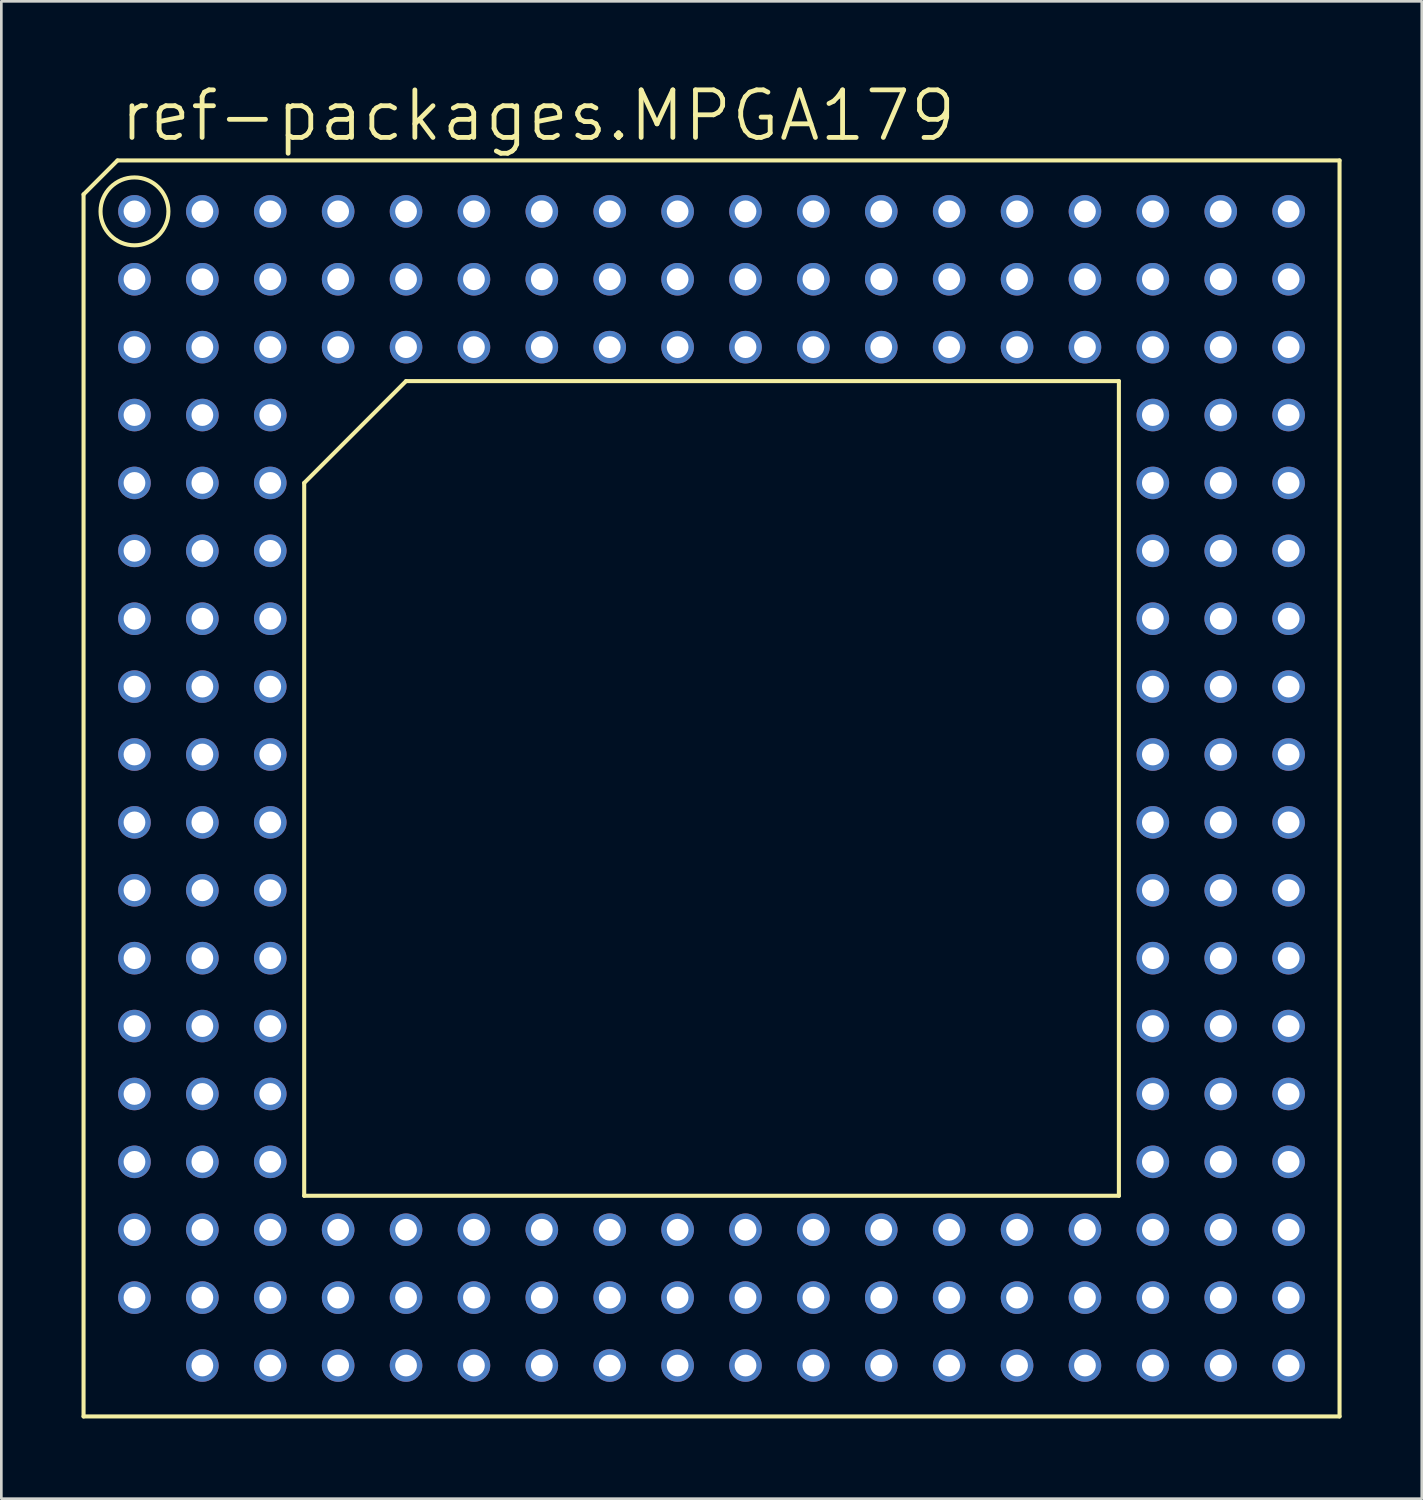
<source format=kicad_pcb>
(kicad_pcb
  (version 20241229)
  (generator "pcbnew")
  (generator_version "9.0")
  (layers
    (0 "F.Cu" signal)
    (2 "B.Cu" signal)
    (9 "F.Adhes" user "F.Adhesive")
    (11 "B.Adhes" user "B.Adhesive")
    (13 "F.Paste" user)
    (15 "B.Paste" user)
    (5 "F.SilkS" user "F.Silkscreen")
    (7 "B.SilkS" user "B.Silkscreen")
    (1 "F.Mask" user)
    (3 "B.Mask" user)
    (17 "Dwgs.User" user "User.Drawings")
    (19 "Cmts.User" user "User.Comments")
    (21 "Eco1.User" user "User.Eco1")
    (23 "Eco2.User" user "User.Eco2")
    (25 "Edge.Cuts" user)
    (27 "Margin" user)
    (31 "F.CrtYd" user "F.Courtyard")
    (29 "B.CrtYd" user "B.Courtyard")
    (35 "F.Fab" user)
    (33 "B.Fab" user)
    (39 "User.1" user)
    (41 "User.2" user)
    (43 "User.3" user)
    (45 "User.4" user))
  (footprint "ref-packages.MPGA179"
    (layer "F.Cu")
    (at 23.571 26.448)
    (property "Reference" "ref-packages.MPGA179" (at -22.225 -24.13 0) (layer "F.SilkS") (effects (font (size 1.778 1.778) (thickness 0.18)) (justify left bottom)))
    (attr through_hole)
    (fp_line (start -23.495 -22.225) (end -22.225 -23.495) (stroke (width 0.152) (type default)) (layer "F.SilkS"))
    (fp_line (start -23.495 23.495) (end -23.495 -22.225) (stroke (width 0.152) (type default)) (layer "F.SilkS"))
    (fp_line (start -22.225 -23.495) (end 23.495 -23.495) (stroke (width 0.152) (type default)) (layer "F.SilkS"))
    (fp_line (start -15.24 -11.43) (end -15.24 15.24) (stroke (width 0.152) (type default)) (layer "F.SilkS"))
    (fp_line (start -11.43 -15.24) (end -15.24 -11.43) (stroke (width 0.152) (type default)) (layer "F.SilkS"))
    (fp_line (start -11.43 -15.24) (end 15.24 -15.24) (stroke (width 0.152) (type default)) (layer "F.SilkS"))
    (fp_line (start 15.24 15.24) (end -15.24 15.24) (stroke (width 0.152) (type default)) (layer "F.SilkS"))
    (fp_line (start 15.24 15.24) (end 15.24 -15.24) (stroke (width 0.152) (type default)) (layer "F.SilkS"))
    (fp_line (start 23.495 -23.495) (end 23.495 23.495) (stroke (width 0.152) (type default)) (layer "F.SilkS"))
    (fp_line (start 23.495 23.495) (end -23.495 23.495) (stroke (width 0.152) (type default)) (layer "F.SilkS"))
    (fp_circle (center -21.59 -21.59) (end -20.32 -21.59) (stroke (width 0.152) (type default)) (fill no) (layer "F.SilkS"))
    (pad "A01" thru_hole circle (at -21.59 -21.59) (size 1.219 1.219) (drill 0.813) (layers "*.Cu" "*.Mask"))
    (pad "A02" thru_hole circle (at -19.05 -21.59) (size 1.219 1.219) (drill 0.813) (layers "*.Cu" "*.Mask"))
    (pad "A03" thru_hole circle (at -16.51 -21.59) (size 1.219 1.219) (drill 0.813) (layers "*.Cu" "*.Mask"))
    (pad "A04" thru_hole circle (at -13.97 -21.59) (size 1.219 1.219) (drill 0.813) (layers "*.Cu" "*.Mask"))
    (pad "A05" thru_hole circle (at -11.43 -21.59) (size 1.219 1.219) (drill 0.813) (layers "*.Cu" "*.Mask"))
    (pad "A06" thru_hole circle (at -8.89 -21.59) (size 1.219 1.219) (drill 0.813) (layers "*.Cu" "*.Mask"))
    (pad "A07" thru_hole circle (at -6.35 -21.59) (size 1.219 1.219) (drill 0.813) (layers "*.Cu" "*.Mask"))
    (pad "A08" thru_hole circle (at -3.81 -21.59) (size 1.219 1.219) (drill 0.813) (layers "*.Cu" "*.Mask"))
    (pad "A09" thru_hole circle (at -1.27 -21.59) (size 1.219 1.219) (drill 0.813) (layers "*.Cu" "*.Mask"))
    (pad "A10" thru_hole circle (at 1.27 -21.59) (size 1.219 1.219) (drill 0.813) (layers "*.Cu" "*.Mask"))
    (pad "A11" thru_hole circle (at 3.81 -21.59) (size 1.219 1.219) (drill 0.813) (layers "*.Cu" "*.Mask"))
    (pad "A12" thru_hole circle (at 6.35 -21.59) (size 1.219 1.219) (drill 0.813) (layers "*.Cu" "*.Mask"))
    (pad "A13" thru_hole circle (at 8.89 -21.59) (size 1.219 1.219) (drill 0.813) (layers "*.Cu" "*.Mask"))
    (pad "A14" thru_hole circle (at 11.43 -21.59) (size 1.219 1.219) (drill 0.813) (layers "*.Cu" "*.Mask"))
    (pad "A15" thru_hole circle (at 13.97 -21.59) (size 1.219 1.219) (drill 0.813) (layers "*.Cu" "*.Mask"))
    (pad "A16" thru_hole circle (at 16.51 -21.59) (size 1.219 1.219) (drill 0.813) (layers "*.Cu" "*.Mask"))
    (pad "A17" thru_hole circle (at 19.05 -21.59) (size 1.219 1.219) (drill 0.813) (layers "*.Cu" "*.Mask"))
    (pad "A18" thru_hole circle (at 21.59 -21.59) (size 1.219 1.219) (drill 0.813) (layers "*.Cu" "*.Mask"))
    (pad "B01" thru_hole circle (at -21.59 -19.05) (size 1.219 1.219) (drill 0.813) (layers "*.Cu" "*.Mask"))
    (pad "B02" thru_hole circle (at -19.05 -19.05) (size 1.219 1.219) (drill 0.813) (layers "*.Cu" "*.Mask"))
    (pad "B03" thru_hole circle (at -16.51 -19.05) (size 1.219 1.219) (drill 0.813) (layers "*.Cu" "*.Mask"))
    (pad "B04" thru_hole circle (at -13.97 -19.05) (size 1.219 1.219) (drill 0.813) (layers "*.Cu" "*.Mask"))
    (pad "B05" thru_hole circle (at -11.43 -19.05) (size 1.219 1.219) (drill 0.813) (layers "*.Cu" "*.Mask"))
    (pad "B06" thru_hole circle (at -8.89 -19.05) (size 1.219 1.219) (drill 0.813) (layers "*.Cu" "*.Mask"))
    (pad "B07" thru_hole circle (at -6.35 -19.05) (size 1.219 1.219) (drill 0.813) (layers "*.Cu" "*.Mask"))
    (pad "B08" thru_hole circle (at -3.81 -19.05) (size 1.219 1.219) (drill 0.813) (layers "*.Cu" "*.Mask"))
    (pad "B09" thru_hole circle (at -1.27 -19.05) (size 1.219 1.219) (drill 0.813) (layers "*.Cu" "*.Mask"))
    (pad "B10" thru_hole circle (at 1.27 -19.05) (size 1.219 1.219) (drill 0.813) (layers "*.Cu" "*.Mask"))
    (pad "B11" thru_hole circle (at 3.81 -19.05) (size 1.219 1.219) (drill 0.813) (layers "*.Cu" "*.Mask"))
    (pad "B12" thru_hole circle (at 6.35 -19.05) (size 1.219 1.219) (drill 0.813) (layers "*.Cu" "*.Mask"))
    (pad "B13" thru_hole circle (at 8.89 -19.05) (size 1.219 1.219) (drill 0.813) (layers "*.Cu" "*.Mask"))
    (pad "B14" thru_hole circle (at 11.43 -19.05) (size 1.219 1.219) (drill 0.813) (layers "*.Cu" "*.Mask"))
    (pad "B15" thru_hole circle (at 13.97 -19.05) (size 1.219 1.219) (drill 0.813) (layers "*.Cu" "*.Mask"))
    (pad "B16" thru_hole circle (at 16.51 -19.05) (size 1.219 1.219) (drill 0.813) (layers "*.Cu" "*.Mask"))
    (pad "B17" thru_hole circle (at 19.05 -19.05) (size 1.219 1.219) (drill 0.813) (layers "*.Cu" "*.Mask"))
    (pad "B18" thru_hole circle (at 21.59 -19.05) (size 1.219 1.219) (drill 0.813) (layers "*.Cu" "*.Mask"))
    (pad "C01" thru_hole circle (at -21.59 -16.51) (size 1.219 1.219) (drill 0.813) (layers "*.Cu" "*.Mask"))
    (pad "C02" thru_hole circle (at -19.05 -16.51) (size 1.219 1.219) (drill 0.813) (layers "*.Cu" "*.Mask"))
    (pad "C03" thru_hole circle (at -16.51 -16.51) (size 1.219 1.219) (drill 0.813) (layers "*.Cu" "*.Mask"))
    (pad "C04" thru_hole circle (at -13.97 -16.51) (size 1.219 1.219) (drill 0.813) (layers "*.Cu" "*.Mask"))
    (pad "C05" thru_hole circle (at -11.43 -16.51) (size 1.219 1.219) (drill 0.813) (layers "*.Cu" "*.Mask"))
    (pad "C06" thru_hole circle (at -8.89 -16.51) (size 1.219 1.219) (drill 0.813) (layers "*.Cu" "*.Mask"))
    (pad "C07" thru_hole circle (at -6.35 -16.51) (size 1.219 1.219) (drill 0.813) (layers "*.Cu" "*.Mask"))
    (pad "C08" thru_hole circle (at -3.81 -16.51) (size 1.219 1.219) (drill 0.813) (layers "*.Cu" "*.Mask"))
    (pad "C09" thru_hole circle (at -1.27 -16.51) (size 1.219 1.219) (drill 0.813) (layers "*.Cu" "*.Mask"))
    (pad "C10" thru_hole circle (at 1.27 -16.51) (size 1.219 1.219) (drill 0.813) (layers "*.Cu" "*.Mask"))
    (pad "C11" thru_hole circle (at 3.81 -16.51) (size 1.219 1.219) (drill 0.813) (layers "*.Cu" "*.Mask"))
    (pad "C12" thru_hole circle (at 6.35 -16.51) (size 1.219 1.219) (drill 0.813) (layers "*.Cu" "*.Mask"))
    (pad "C13" thru_hole circle (at 8.89 -16.51) (size 1.219 1.219) (drill 0.813) (layers "*.Cu" "*.Mask"))
    (pad "C14" thru_hole circle (at 11.43 -16.51) (size 1.219 1.219) (drill 0.813) (layers "*.Cu" "*.Mask"))
    (pad "C15" thru_hole circle (at 13.97 -16.51) (size 1.219 1.219) (drill 0.813) (layers "*.Cu" "*.Mask"))
    (pad "C16" thru_hole circle (at 16.51 -16.51) (size 1.219 1.219) (drill 0.813) (layers "*.Cu" "*.Mask"))
    (pad "C17" thru_hole circle (at 19.05 -16.51) (size 1.219 1.219) (drill 0.813) (layers "*.Cu" "*.Mask"))
    (pad "C18" thru_hole circle (at 21.59 -16.51) (size 1.219 1.219) (drill 0.813) (layers "*.Cu" "*.Mask"))
    (pad "D01" thru_hole circle (at -21.59 -13.97) (size 1.219 1.219) (drill 0.813) (layers "*.Cu" "*.Mask"))
    (pad "D02" thru_hole circle (at -19.05 -13.97) (size 1.219 1.219) (drill 0.813) (layers "*.Cu" "*.Mask"))
    (pad "D03" thru_hole circle (at -16.51 -13.97) (size 1.219 1.219) (drill 0.813) (layers "*.Cu" "*.Mask"))
    (pad "D16" thru_hole circle (at 16.51 -13.97) (size 1.219 1.219) (drill 0.813) (layers "*.Cu" "*.Mask"))
    (pad "D17" thru_hole circle (at 19.05 -13.97) (size 1.219 1.219) (drill 0.813) (layers "*.Cu" "*.Mask"))
    (pad "D18" thru_hole circle (at 21.59 -13.97) (size 1.219 1.219) (drill 0.813) (layers "*.Cu" "*.Mask"))
    (pad "E01" thru_hole circle (at -21.59 -11.43) (size 1.219 1.219) (drill 0.813) (layers "*.Cu" "*.Mask"))
    (pad "E02" thru_hole circle (at -19.05 -11.43) (size 1.219 1.219) (drill 0.813) (layers "*.Cu" "*.Mask"))
    (pad "E03" thru_hole circle (at -16.51 -11.43) (size 1.219 1.219) (drill 0.813) (layers "*.Cu" "*.Mask"))
    (pad "E16" thru_hole circle (at 16.51 -11.43) (size 1.219 1.219) (drill 0.813) (layers "*.Cu" "*.Mask"))
    (pad "E17" thru_hole circle (at 19.05 -11.43) (size 1.219 1.219) (drill 0.813) (layers "*.Cu" "*.Mask"))
    (pad "E18" thru_hole circle (at 21.59 -11.43) (size 1.219 1.219) (drill 0.813) (layers "*.Cu" "*.Mask"))
    (pad "F01" thru_hole circle (at -21.59 -8.89) (size 1.219 1.219) (drill 0.813) (layers "*.Cu" "*.Mask"))
    (pad "F02" thru_hole circle (at -19.05 -8.89) (size 1.219 1.219) (drill 0.813) (layers "*.Cu" "*.Mask"))
    (pad "F03" thru_hole circle (at -16.51 -8.89) (size 1.219 1.219) (drill 0.813) (layers "*.Cu" "*.Mask"))
    (pad "F16" thru_hole circle (at 16.51 -8.89) (size 1.219 1.219) (drill 0.813) (layers "*.Cu" "*.Mask"))
    (pad "F17" thru_hole circle (at 19.05 -8.89) (size 1.219 1.219) (drill 0.813) (layers "*.Cu" "*.Mask"))
    (pad "F18" thru_hole circle (at 21.59 -8.89) (size 1.219 1.219) (drill 0.813) (layers "*.Cu" "*.Mask"))
    (pad "G01" thru_hole circle (at -21.59 -6.35) (size 1.219 1.219) (drill 0.813) (layers "*.Cu" "*.Mask"))
    (pad "G02" thru_hole circle (at -19.05 -6.35) (size 1.219 1.219) (drill 0.813) (layers "*.Cu" "*.Mask"))
    (pad "G03" thru_hole circle (at -16.51 -6.35) (size 1.219 1.219) (drill 0.813) (layers "*.Cu" "*.Mask"))
    (pad "G16" thru_hole circle (at 16.51 -6.35) (size 1.219 1.219) (drill 0.813) (layers "*.Cu" "*.Mask"))
    (pad "G17" thru_hole circle (at 19.05 -6.35) (size 1.219 1.219) (drill 0.813) (layers "*.Cu" "*.Mask"))
    (pad "G18" thru_hole circle (at 21.59 -6.35) (size 1.219 1.219) (drill 0.813) (layers "*.Cu" "*.Mask"))
    (pad "H01" thru_hole circle (at -21.59 -3.81) (size 1.219 1.219) (drill 0.813) (layers "*.Cu" "*.Mask"))
    (pad "H02" thru_hole circle (at -19.05 -3.81) (size 1.219 1.219) (drill 0.813) (layers "*.Cu" "*.Mask"))
    (pad "H03" thru_hole circle (at -16.51 -3.81) (size 1.219 1.219) (drill 0.813) (layers "*.Cu" "*.Mask"))
    (pad "H16" thru_hole circle (at 16.51 -3.81) (size 1.219 1.219) (drill 0.813) (layers "*.Cu" "*.Mask"))
    (pad "H17" thru_hole circle (at 19.05 -3.81) (size 1.219 1.219) (drill 0.813) (layers "*.Cu" "*.Mask"))
    (pad "H18" thru_hole circle (at 21.59 -3.81) (size 1.219 1.219) (drill 0.813) (layers "*.Cu" "*.Mask"))
    (pad "J01" thru_hole circle (at -21.59 -1.27) (size 1.219 1.219) (drill 0.813) (layers "*.Cu" "*.Mask"))
    (pad "J02" thru_hole circle (at -19.05 -1.27) (size 1.219 1.219) (drill 0.813) (layers "*.Cu" "*.Mask"))
    (pad "J03" thru_hole circle (at -16.51 -1.27) (size 1.219 1.219) (drill 0.813) (layers "*.Cu" "*.Mask"))
    (pad "J16" thru_hole circle (at 16.51 -1.27) (size 1.219 1.219) (drill 0.813) (layers "*.Cu" "*.Mask"))
    (pad "J17" thru_hole circle (at 19.05 -1.27) (size 1.219 1.219) (drill 0.813) (layers "*.Cu" "*.Mask"))
    (pad "J18" thru_hole circle (at 21.59 -1.27) (size 1.219 1.219) (drill 0.813) (layers "*.Cu" "*.Mask"))
    (pad "K01" thru_hole circle (at -21.59 1.27) (size 1.219 1.219) (drill 0.813) (layers "*.Cu" "*.Mask"))
    (pad "K02" thru_hole circle (at -19.05 1.27) (size 1.219 1.219) (drill 0.813) (layers "*.Cu" "*.Mask"))
    (pad "K03" thru_hole circle (at -16.51 1.27) (size 1.219 1.219) (drill 0.813) (layers "*.Cu" "*.Mask"))
    (pad "K16" thru_hole circle (at 16.51 1.27) (size 1.219 1.219) (drill 0.813) (layers "*.Cu" "*.Mask"))
    (pad "K17" thru_hole circle (at 19.05 1.27) (size 1.219 1.219) (drill 0.813) (layers "*.Cu" "*.Mask"))
    (pad "K18" thru_hole circle (at 21.59 1.27) (size 1.219 1.219) (drill 0.813) (layers "*.Cu" "*.Mask"))
    (pad "L01" thru_hole circle (at -21.59 3.81) (size 1.219 1.219) (drill 0.813) (layers "*.Cu" "*.Mask"))
    (pad "L02" thru_hole circle (at -19.05 3.81) (size 1.219 1.219) (drill 0.813) (layers "*.Cu" "*.Mask"))
    (pad "L03" thru_hole circle (at -16.51 3.81) (size 1.219 1.219) (drill 0.813) (layers "*.Cu" "*.Mask"))
    (pad "L16" thru_hole circle (at 16.51 3.81) (size 1.219 1.219) (drill 0.813) (layers "*.Cu" "*.Mask"))
    (pad "L17" thru_hole circle (at 19.05 3.81) (size 1.219 1.219) (drill 0.813) (layers "*.Cu" "*.Mask"))
    (pad "L18" thru_hole circle (at 21.59 3.81) (size 1.219 1.219) (drill 0.813) (layers "*.Cu" "*.Mask"))
    (pad "M01" thru_hole circle (at -21.59 6.35) (size 1.219 1.219) (drill 0.813) (layers "*.Cu" "*.Mask"))
    (pad "M02" thru_hole circle (at -19.05 6.35) (size 1.219 1.219) (drill 0.813) (layers "*.Cu" "*.Mask"))
    (pad "M03" thru_hole circle (at -16.51 6.35) (size 1.219 1.219) (drill 0.813) (layers "*.Cu" "*.Mask"))
    (pad "M16" thru_hole circle (at 16.51 6.35) (size 1.219 1.219) (drill 0.813) (layers "*.Cu" "*.Mask"))
    (pad "M17" thru_hole circle (at 19.05 6.35) (size 1.219 1.219) (drill 0.813) (layers "*.Cu" "*.Mask"))
    (pad "M18" thru_hole circle (at 21.59 6.35) (size 1.219 1.219) (drill 0.813) (layers "*.Cu" "*.Mask"))
    (pad "N01" thru_hole circle (at -21.59 8.89) (size 1.219 1.219) (drill 0.813) (layers "*.Cu" "*.Mask"))
    (pad "N02" thru_hole circle (at -19.05 8.89) (size 1.219 1.219) (drill 0.813) (layers "*.Cu" "*.Mask"))
    (pad "N03" thru_hole circle (at -16.51 8.89) (size 1.219 1.219) (drill 0.813) (layers "*.Cu" "*.Mask"))
    (pad "N16" thru_hole circle (at 16.51 8.89) (size 1.219 1.219) (drill 0.813) (layers "*.Cu" "*.Mask"))
    (pad "N17" thru_hole circle (at 19.05 8.89) (size 1.219 1.219) (drill 0.813) (layers "*.Cu" "*.Mask"))
    (pad "N18" thru_hole circle (at 21.59 8.89) (size 1.219 1.219) (drill 0.813) (layers "*.Cu" "*.Mask"))
    (pad "P01" thru_hole circle (at -21.59 11.43) (size 1.219 1.219) (drill 0.813) (layers "*.Cu" "*.Mask"))
    (pad "P02" thru_hole circle (at -19.05 11.43) (size 1.219 1.219) (drill 0.813) (layers "*.Cu" "*.Mask"))
    (pad "P03" thru_hole circle (at -16.51 11.43) (size 1.219 1.219) (drill 0.813) (layers "*.Cu" "*.Mask"))
    (pad "P16" thru_hole circle (at 16.51 11.43) (size 1.219 1.219) (drill 0.813) (layers "*.Cu" "*.Mask"))
    (pad "P17" thru_hole circle (at 19.05 11.43) (size 1.219 1.219) (drill 0.813) (layers "*.Cu" "*.Mask"))
    (pad "P18" thru_hole circle (at 21.59 11.43) (size 1.219 1.219) (drill 0.813) (layers "*.Cu" "*.Mask"))
    (pad "Q01" thru_hole circle (at -21.59 13.97) (size 1.219 1.219) (drill 0.813) (layers "*.Cu" "*.Mask"))
    (pad "Q02" thru_hole circle (at -19.05 13.97) (size 1.219 1.219) (drill 0.813) (layers "*.Cu" "*.Mask"))
    (pad "Q03" thru_hole circle (at -16.51 13.97) (size 1.219 1.219) (drill 0.813) (layers "*.Cu" "*.Mask"))
    (pad "Q16" thru_hole circle (at 16.51 13.97) (size 1.219 1.219) (drill 0.813) (layers "*.Cu" "*.Mask"))
    (pad "Q17" thru_hole circle (at 19.05 13.97) (size 1.219 1.219) (drill 0.813) (layers "*.Cu" "*.Mask"))
    (pad "Q18" thru_hole circle (at 21.59 13.97) (size 1.219 1.219) (drill 0.813) (layers "*.Cu" "*.Mask"))
    (pad "R01" thru_hole circle (at -21.59 16.51) (size 1.219 1.219) (drill 0.813) (layers "*.Cu" "*.Mask"))
    (pad "R02" thru_hole circle (at -19.05 16.51) (size 1.219 1.219) (drill 0.813) (layers "*.Cu" "*.Mask"))
    (pad "R03" thru_hole circle (at -16.51 16.51) (size 1.219 1.219) (drill 0.813) (layers "*.Cu" "*.Mask"))
    (pad "R04" thru_hole circle (at -13.97 16.51) (size 1.219 1.219) (drill 0.813) (layers "*.Cu" "*.Mask"))
    (pad "R05" thru_hole circle (at -11.43 16.51) (size 1.219 1.219) (drill 0.813) (layers "*.Cu" "*.Mask"))
    (pad "R06" thru_hole circle (at -8.89 16.51) (size 1.219 1.219) (drill 0.813) (layers "*.Cu" "*.Mask"))
    (pad "R07" thru_hole circle (at -6.35 16.51) (size 1.219 1.219) (drill 0.813) (layers "*.Cu" "*.Mask"))
    (pad "R08" thru_hole circle (at -3.81 16.51) (size 1.219 1.219) (drill 0.813) (layers "*.Cu" "*.Mask"))
    (pad "R09" thru_hole circle (at -1.27 16.51) (size 1.219 1.219) (drill 0.813) (layers "*.Cu" "*.Mask"))
    (pad "R10" thru_hole circle (at 1.27 16.51) (size 1.219 1.219) (drill 0.813) (layers "*.Cu" "*.Mask"))
    (pad "R11" thru_hole circle (at 3.81 16.51) (size 1.219 1.219) (drill 0.813) (layers "*.Cu" "*.Mask"))
    (pad "R12" thru_hole circle (at 6.35 16.51) (size 1.219 1.219) (drill 0.813) (layers "*.Cu" "*.Mask"))
    (pad "R13" thru_hole circle (at 8.89 16.51) (size 1.219 1.219) (drill 0.813) (layers "*.Cu" "*.Mask"))
    (pad "R14" thru_hole circle (at 11.43 16.51) (size 1.219 1.219) (drill 0.813) (layers "*.Cu" "*.Mask"))
    (pad "R15" thru_hole circle (at 13.97 16.51) (size 1.219 1.219) (drill 0.813) (layers "*.Cu" "*.Mask"))
    (pad "R16" thru_hole circle (at 16.51 16.51) (size 1.219 1.219) (drill 0.813) (layers "*.Cu" "*.Mask"))
    (pad "R17" thru_hole circle (at 19.05 16.51) (size 1.219 1.219) (drill 0.813) (layers "*.Cu" "*.Mask"))
    (pad "R18" thru_hole circle (at 21.59 16.51) (size 1.219 1.219) (drill 0.813) (layers "*.Cu" "*.Mask"))
    (pad "S01" thru_hole circle (at -21.59 19.05) (size 1.219 1.219) (drill 0.813) (layers "*.Cu" "*.Mask"))
    (pad "S02" thru_hole circle (at -19.05 19.05) (size 1.219 1.219) (drill 0.813) (layers "*.Cu" "*.Mask"))
    (pad "S03" thru_hole circle (at -16.51 19.05) (size 1.219 1.219) (drill 0.813) (layers "*.Cu" "*.Mask"))
    (pad "S04" thru_hole circle (at -13.97 19.05) (size 1.219 1.219) (drill 0.813) (layers "*.Cu" "*.Mask"))
    (pad "S05" thru_hole circle (at -11.43 19.05) (size 1.219 1.219) (drill 0.813) (layers "*.Cu" "*.Mask"))
    (pad "S06" thru_hole circle (at -8.89 19.05) (size 1.219 1.219) (drill 0.813) (layers "*.Cu" "*.Mask"))
    (pad "S07" thru_hole circle (at -6.35 19.05) (size 1.219 1.219) (drill 0.813) (layers "*.Cu" "*.Mask"))
    (pad "S08" thru_hole circle (at -3.81 19.05) (size 1.219 1.219) (drill 0.813) (layers "*.Cu" "*.Mask"))
    (pad "S09" thru_hole circle (at -1.27 19.05) (size 1.219 1.219) (drill 0.813) (layers "*.Cu" "*.Mask"))
    (pad "S10" thru_hole circle (at 1.27 19.05) (size 1.219 1.219) (drill 0.813) (layers "*.Cu" "*.Mask"))
    (pad "S11" thru_hole circle (at 3.81 19.05) (size 1.219 1.219) (drill 0.813) (layers "*.Cu" "*.Mask"))
    (pad "S12" thru_hole circle (at 6.35 19.05) (size 1.219 1.219) (drill 0.813) (layers "*.Cu" "*.Mask"))
    (pad "S13" thru_hole circle (at 8.89 19.05) (size 1.219 1.219) (drill 0.813) (layers "*.Cu" "*.Mask"))
    (pad "S14" thru_hole circle (at 11.43 19.05) (size 1.219 1.219) (drill 0.813) (layers "*.Cu" "*.Mask"))
    (pad "S15" thru_hole circle (at 13.97 19.05) (size 1.219 1.219) (drill 0.813) (layers "*.Cu" "*.Mask"))
    (pad "S16" thru_hole circle (at 16.51 19.05) (size 1.219 1.219) (drill 0.813) (layers "*.Cu" "*.Mask"))
    (pad "S17" thru_hole circle (at 19.05 19.05) (size 1.219 1.219) (drill 0.813) (layers "*.Cu" "*.Mask"))
    (pad "S18" thru_hole circle (at 21.59 19.05) (size 1.219 1.219) (drill 0.813) (layers "*.Cu" "*.Mask"))
    (pad "T02" thru_hole circle (at -19.05 21.59) (size 1.219 1.219) (drill 0.813) (layers "*.Cu" "*.Mask"))
    (pad "T03" thru_hole circle (at -16.51 21.59) (size 1.219 1.219) (drill 0.813) (layers "*.Cu" "*.Mask"))
    (pad "T04" thru_hole circle (at -13.97 21.59) (size 1.219 1.219) (drill 0.813) (layers "*.Cu" "*.Mask"))
    (pad "T05" thru_hole circle (at -11.43 21.59) (size 1.219 1.219) (drill 0.813) (layers "*.Cu" "*.Mask"))
    (pad "T06" thru_hole circle (at -8.89 21.59) (size 1.219 1.219) (drill 0.813) (layers "*.Cu" "*.Mask"))
    (pad "T07" thru_hole circle (at -6.35 21.59) (size 1.219 1.219) (drill 0.813) (layers "*.Cu" "*.Mask"))
    (pad "T08" thru_hole circle (at -3.81 21.59) (size 1.219 1.219) (drill 0.813) (layers "*.Cu" "*.Mask"))
    (pad "T09" thru_hole circle (at -1.27 21.59) (size 1.219 1.219) (drill 0.813) (layers "*.Cu" "*.Mask"))
    (pad "T10" thru_hole circle (at 1.27 21.59) (size 1.219 1.219) (drill 0.813) (layers "*.Cu" "*.Mask"))
    (pad "T11" thru_hole circle (at 3.81 21.59) (size 1.219 1.219) (drill 0.813) (layers "*.Cu" "*.Mask"))
    (pad "T12" thru_hole circle (at 6.35 21.59) (size 1.219 1.219) (drill 0.813) (layers "*.Cu" "*.Mask"))
    (pad "T13" thru_hole circle (at 8.89 21.59) (size 1.219 1.219) (drill 0.813) (layers "*.Cu" "*.Mask"))
    (pad "T14" thru_hole circle (at 11.43 21.59) (size 1.219 1.219) (drill 0.813) (layers "*.Cu" "*.Mask"))
    (pad "T15" thru_hole circle (at 13.97 21.59) (size 1.219 1.219) (drill 0.813) (layers "*.Cu" "*.Mask"))
    (pad "T16" thru_hole circle (at 16.51 21.59) (size 1.219 1.219) (drill 0.813) (layers "*.Cu" "*.Mask"))
    (pad "T17" thru_hole circle (at 19.05 21.59) (size 1.219 1.219) (drill 0.813) (layers "*.Cu" "*.Mask"))
    (pad "T18" thru_hole circle (at 21.59 21.59) (size 1.219 1.219) (drill 0.813) (layers "*.Cu" "*.Mask")))
  (gr_rect
    (start -3 -3)
    (end 50.142 53.019)
    (stroke (width 0.1) (type default))
    (fill no)
    (layer "Edge.Cuts")))
</source>
